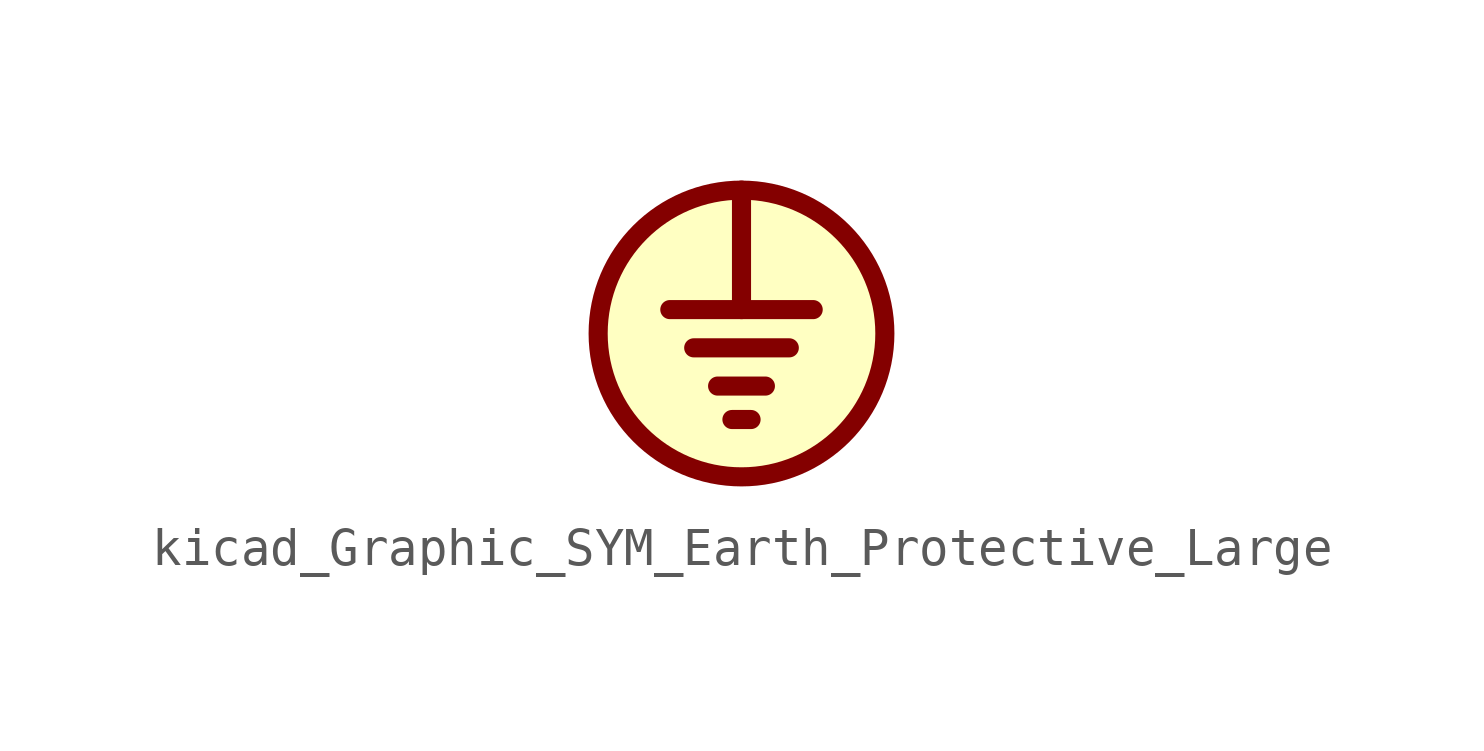
<source format=kicad_sym>
(kicad_symbol_lib
  (version 20220914)
  (generator kicad_symbol_editor)
  (symbol "kicad_Graphic_SYM_Earth_Protective_Large"
    (property "Reference" "#SYM"
      (at 0 5.08 0)
      (effects (font (size 1.27 1.27)) hide))
    (symbol "kicad_Graphic_SYM_Earth_Protective_Large_0_1"
      (polyline (pts (xy -1.27 -0.381) (xy 1.27 -0.381)) (stroke (width 0.508) (type default)) (fill (type none)))
      (polyline (pts (xy -0.254 -2.286) (xy 0.254 -2.286)) (stroke (width 0.508) (type default)) (fill (type none)))
      (polyline (pts (xy 0 0.635) (xy 0 3.81)) (stroke (width 0.508) (type default)) (fill (type none)))
      (polyline (pts (xy 1.905 0.635) (xy -1.905 0.635)) (stroke (width 0.508) (type default)) (fill (type none)))
      (polyline (pts (xy 0.635 -1.397) (xy -0.635 -1.397) (xy 0.635 -1.397)) (stroke (width 0.508) (type default)) (fill (type none)))
      (circle (center 0 0) (radius 3.81) (stroke (width 0.508) (type default)) (fill (type background))))))
</source>
